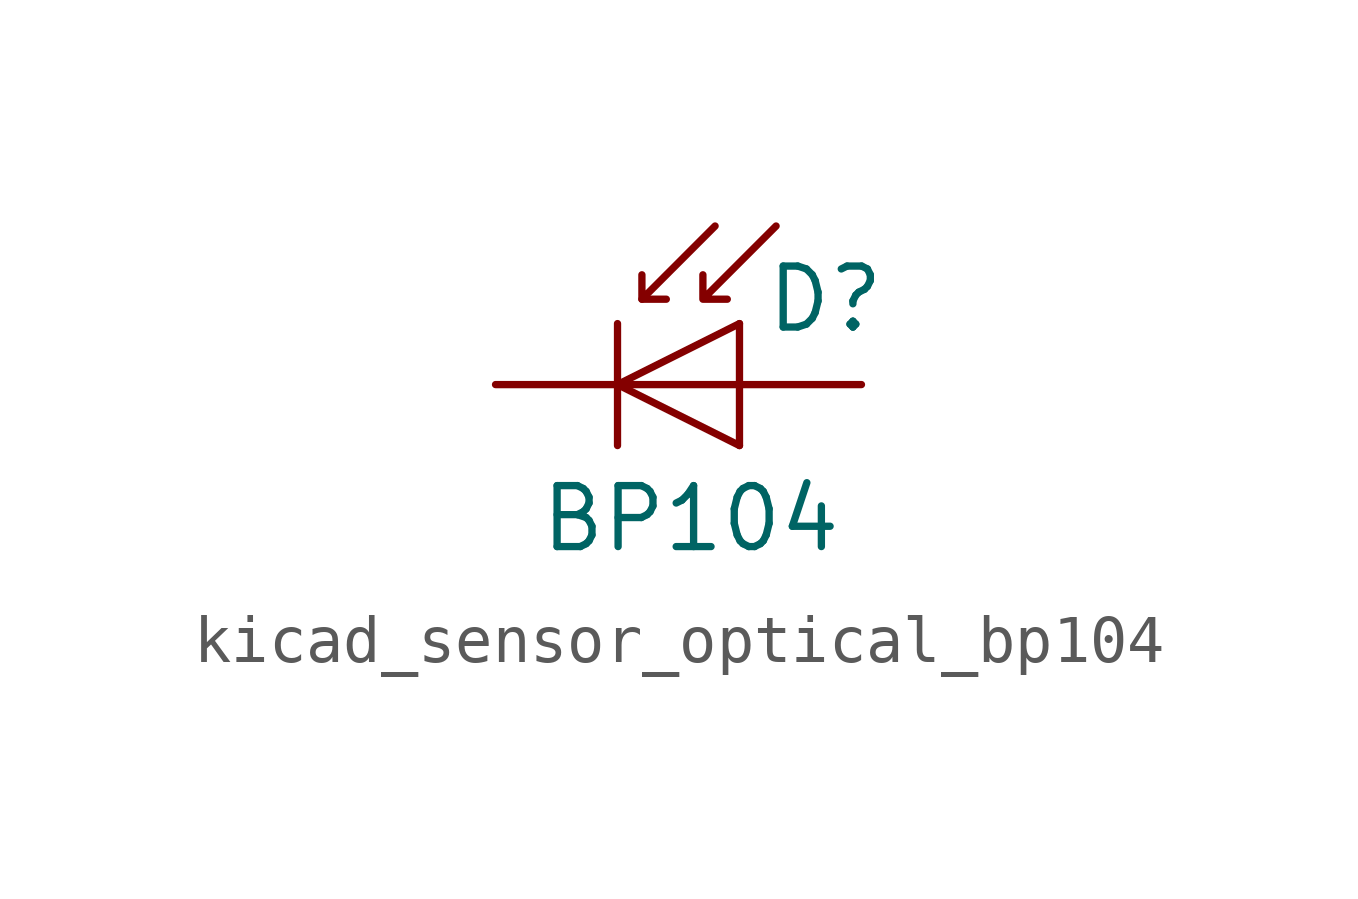
<source format=kicad_sym>
(kicad_symbol_lib
  (version 20220914)
  (generator kicad_symbol_editor)
  (symbol "kicad_sensor_optical_bp104"
    (pin_numbers hide)
    (pin_names
      (offset 1.016) hide)
    (property "Reference" "D"
      (at 0.508 1.778 0)
      (effects (font (size 1.27 1.27)) (justify left)))
    (property "Value" "BP104"
      (at -1.016 -2.794 0)
      (effects (font (size 1.27 1.27))))
    (symbol "kicad_sensor_optical_bp104_0_1"
      (polyline (pts (xy -2.54 1.27) (xy -2.54 -1.27)) (stroke (width 0.152) (type default)) (fill (type none)))
      (polyline (pts (xy -2.032 1.778) (xy -1.524 1.778)) (stroke (width 0) (type default)) (fill (type none)))
      (polyline (pts (xy 0 -1.27) (xy 0 1.27)) (stroke (width 0) (type default)) (fill (type none)))
      (polyline (pts (xy 0 0) (xy -2.54 0)) (stroke (width 0) (type default)) (fill (type none)))
      (polyline (pts (xy -0.508 3.302) (xy -2.032 1.778) (xy -2.032 2.286)) (stroke (width 0) (type default)) (fill (type none)))
      (polyline (pts (xy 0 1.27) (xy -2.54 0) (xy 0 -1.27)) (stroke (width 0) (type default)) (fill (type none)))
      (polyline (pts (xy 0.762 3.302) (xy -0.762 1.778) (xy -0.762 2.286) (xy -0.762 1.778) (xy -0.254 1.778)) (stroke (width 0) (type default)) (fill (type none))))
    (symbol "kicad_sensor_optical_bp104_1_1"
      (pin passive line (at -5.08 0 0) (length 2.54) (name "K" (effects (font (size 1.27 1.27)))) (number "1" (effects (font (size 1.27 1.27)))))
      (pin passive line (at 2.54 0 180) (length 2.54) (name "A" (effects (font (size 1.27 1.27)))) (number "2" (effects (font (size 1.27 1.27))))))))
</source>
